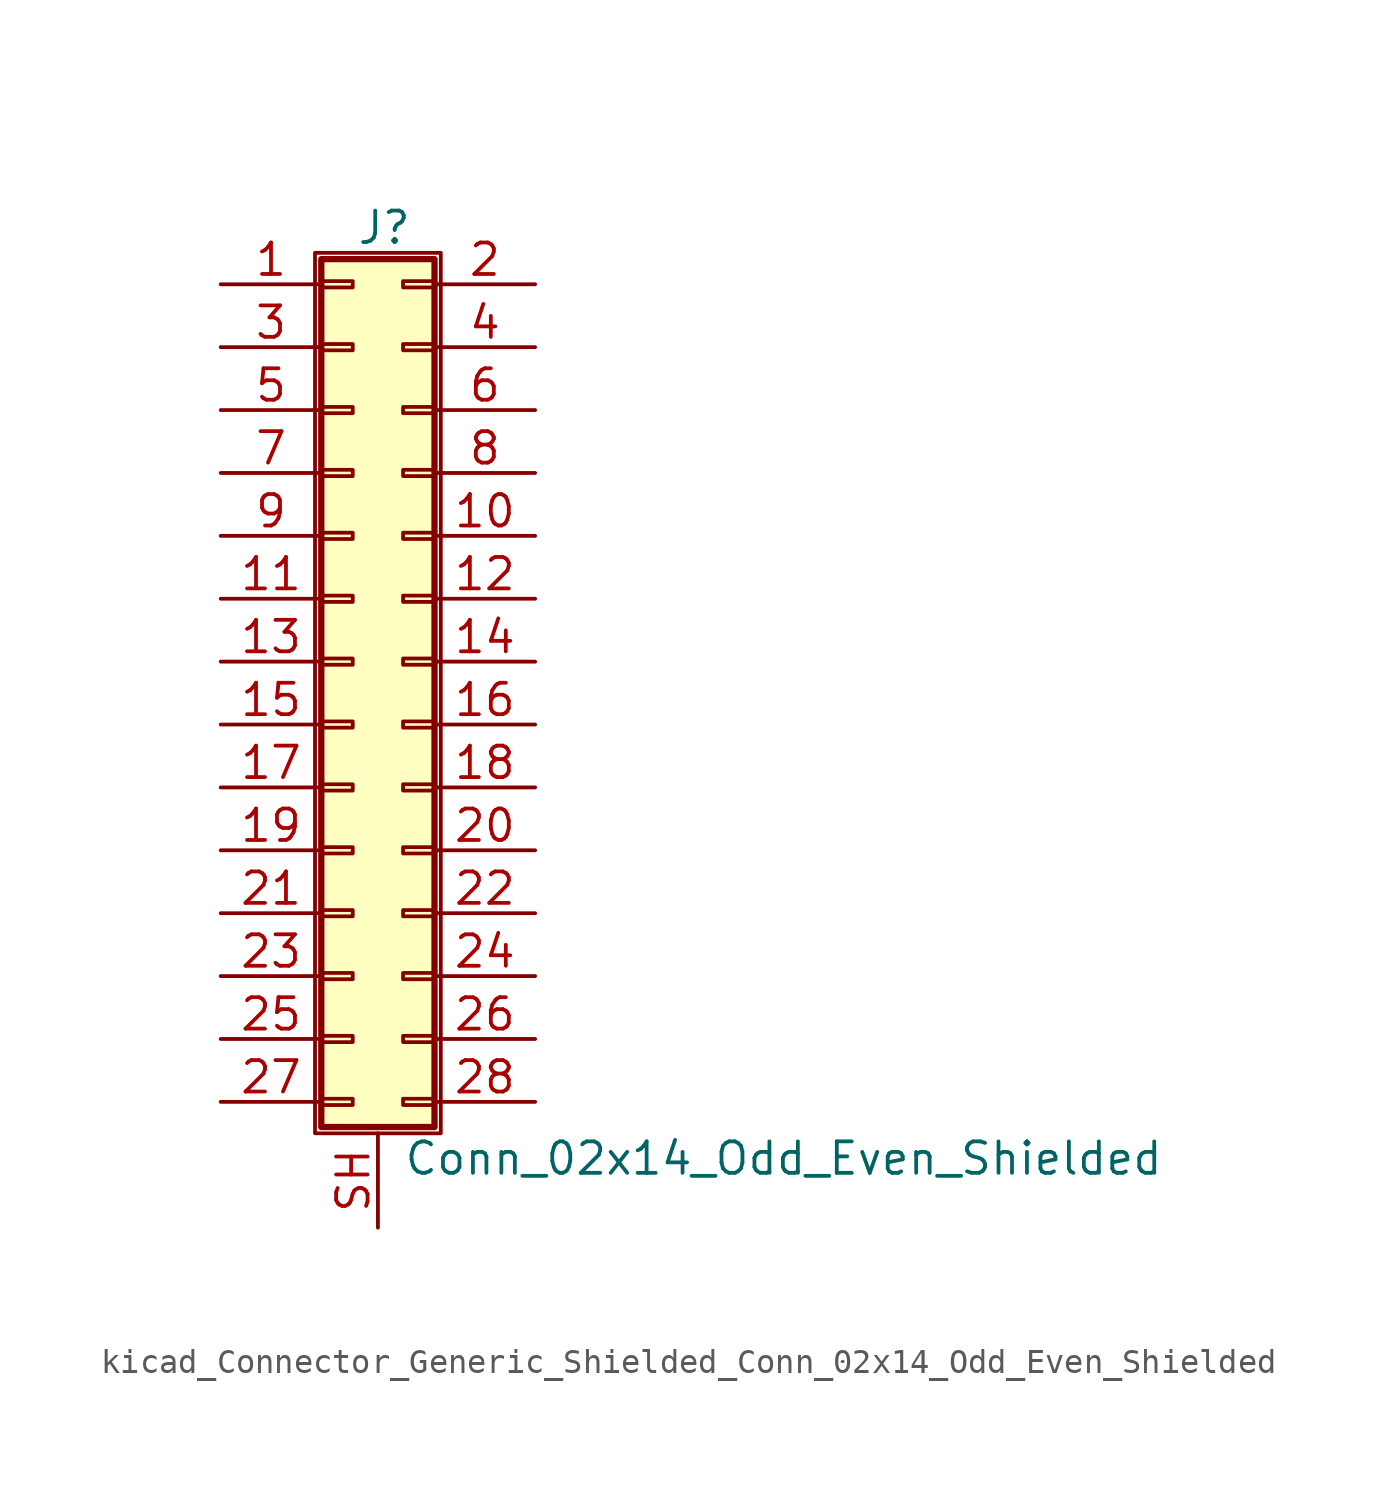
<source format=kicad_sym>
(kicad_symbol_lib
  (version 20220914)
  (generator kicad_symbol_editor)
  (symbol "kicad_Connector_Generic_Shielded_Conn_02x14_Odd_Even_Shielded"
    (pin_names
      (offset 1.016) hide)
    (property "Reference" "J"
      (at 1.524 17.526 0)
      (effects (font (size 1.27 1.27))))
    (property "Value" "Conn_02x14_Odd_Even_Shielded"
      (at 2.286 -20.066 0)
      (effects (font (size 1.27 1.27)) (justify left)))
    (symbol "kicad_Connector_Generic_Shielded_Conn_02x14_Odd_Even_Shielded_1_1"
      (rectangle (start -1.27 16.51) (end 3.81 -19.05) (stroke (width 0.152) (type default)) (fill (type none)))
      (rectangle (start -1.016 -17.653) (end 0.254 -17.907) (stroke (width 0.152) (type default)) (fill (type none)))
      (rectangle (start -1.016 -15.113) (end 0.254 -15.367) (stroke (width 0.152) (type default)) (fill (type none)))
      (rectangle (start -1.016 -12.573) (end 0.254 -12.827) (stroke (width 0.152) (type default)) (fill (type none)))
      (rectangle (start -1.016 -10.033) (end 0.254 -10.287) (stroke (width 0.152) (type default)) (fill (type none)))
      (rectangle (start -1.016 -7.493) (end 0.254 -7.747) (stroke (width 0.152) (type default)) (fill (type none)))
      (rectangle (start -1.016 -4.953) (end 0.254 -5.207) (stroke (width 0.152) (type default)) (fill (type none)))
      (rectangle (start -1.016 -2.413) (end 0.254 -2.667) (stroke (width 0.152) (type default)) (fill (type none)))
      (rectangle (start -1.016 0.127) (end 0.254 -0.127) (stroke (width 0.152) (type default)) (fill (type none)))
      (rectangle (start -1.016 2.667) (end 0.254 2.413) (stroke (width 0.152) (type default)) (fill (type none)))
      (rectangle (start -1.016 5.207) (end 0.254 4.953) (stroke (width 0.152) (type default)) (fill (type none)))
      (rectangle (start -1.016 7.747) (end 0.254 7.493) (stroke (width 0.152) (type default)) (fill (type none)))
      (rectangle (start -1.016 10.287) (end 0.254 10.033) (stroke (width 0.152) (type default)) (fill (type none)))
      (rectangle (start -1.016 12.827) (end 0.254 12.573) (stroke (width 0.152) (type default)) (fill (type none)))
      (rectangle (start -1.016 15.367) (end 0.254 15.113) (stroke (width 0.152) (type default)) (fill (type none)))
      (rectangle (start -1.016 16.256) (end 3.556 -18.796) (stroke (width 0.254) (type default)) (fill (type background)))
      (rectangle (start 3.556 -17.653) (end 2.286 -17.907) (stroke (width 0.152) (type default)) (fill (type none)))
      (rectangle (start 3.556 -15.113) (end 2.286 -15.367) (stroke (width 0.152) (type default)) (fill (type none)))
      (rectangle (start 3.556 -12.573) (end 2.286 -12.827) (stroke (width 0.152) (type default)) (fill (type none)))
      (rectangle (start 3.556 -10.033) (end 2.286 -10.287) (stroke (width 0.152) (type default)) (fill (type none)))
      (rectangle (start 3.556 -7.493) (end 2.286 -7.747) (stroke (width 0.152) (type default)) (fill (type none)))
      (rectangle (start 3.556 -4.953) (end 2.286 -5.207) (stroke (width 0.152) (type default)) (fill (type none)))
      (rectangle (start 3.556 -2.413) (end 2.286 -2.667) (stroke (width 0.152) (type default)) (fill (type none)))
      (rectangle (start 3.556 0.127) (end 2.286 -0.127) (stroke (width 0.152) (type default)) (fill (type none)))
      (rectangle (start 3.556 2.667) (end 2.286 2.413) (stroke (width 0.152) (type default)) (fill (type none)))
      (rectangle (start 3.556 5.207) (end 2.286 4.953) (stroke (width 0.152) (type default)) (fill (type none)))
      (rectangle (start 3.556 7.747) (end 2.286 7.493) (stroke (width 0.152) (type default)) (fill (type none)))
      (rectangle (start 3.556 10.287) (end 2.286 10.033) (stroke (width 0.152) (type default)) (fill (type none)))
      (rectangle (start 3.556 12.827) (end 2.286 12.573) (stroke (width 0.152) (type default)) (fill (type none)))
      (rectangle (start 3.556 15.367) (end 2.286 15.113) (stroke (width 0.152) (type default)) (fill (type none)))
      (pin passive line (at -5.08 15.24 0) (length 4.064) (name "Pin_1" (effects (font (size 1.27 1.27)))) (number "1" (effects (font (size 1.27 1.27)))))
      (pin passive line (at 7.62 5.08 180) (length 4.064) (name "Pin_10" (effects (font (size 1.27 1.27)))) (number "10" (effects (font (size 1.27 1.27)))))
      (pin passive line (at -5.08 2.54 0) (length 4.064) (name "Pin_11" (effects (font (size 1.27 1.27)))) (number "11" (effects (font (size 1.27 1.27)))))
      (pin passive line (at 7.62 2.54 180) (length 4.064) (name "Pin_12" (effects (font (size 1.27 1.27)))) (number "12" (effects (font (size 1.27 1.27)))))
      (pin passive line (at -5.08 0 0) (length 4.064) (name "Pin_13" (effects (font (size 1.27 1.27)))) (number "13" (effects (font (size 1.27 1.27)))))
      (pin passive line (at 7.62 0 180) (length 4.064) (name "Pin_14" (effects (font (size 1.27 1.27)))) (number "14" (effects (font (size 1.27 1.27)))))
      (pin passive line (at -5.08 -2.54 0) (length 4.064) (name "Pin_15" (effects (font (size 1.27 1.27)))) (number "15" (effects (font (size 1.27 1.27)))))
      (pin passive line (at 7.62 -2.54 180) (length 4.064) (name "Pin_16" (effects (font (size 1.27 1.27)))) (number "16" (effects (font (size 1.27 1.27)))))
      (pin passive line (at -5.08 -5.08 0) (length 4.064) (name "Pin_17" (effects (font (size 1.27 1.27)))) (number "17" (effects (font (size 1.27 1.27)))))
      (pin passive line (at 7.62 -5.08 180) (length 4.064) (name "Pin_18" (effects (font (size 1.27 1.27)))) (number "18" (effects (font (size 1.27 1.27)))))
      (pin passive line (at -5.08 -7.62 0) (length 4.064) (name "Pin_19" (effects (font (size 1.27 1.27)))) (number "19" (effects (font (size 1.27 1.27)))))
      (pin passive line (at 7.62 15.24 180) (length 4.064) (name "Pin_2" (effects (font (size 1.27 1.27)))) (number "2" (effects (font (size 1.27 1.27)))))
      (pin passive line (at 7.62 -7.62 180) (length 4.064) (name "Pin_20" (effects (font (size 1.27 1.27)))) (number "20" (effects (font (size 1.27 1.27)))))
      (pin passive line (at -5.08 -10.16 0) (length 4.064) (name "Pin_21" (effects (font (size 1.27 1.27)))) (number "21" (effects (font (size 1.27 1.27)))))
      (pin passive line (at 7.62 -10.16 180) (length 4.064) (name "Pin_22" (effects (font (size 1.27 1.27)))) (number "22" (effects (font (size 1.27 1.27)))))
      (pin passive line (at -5.08 -12.7 0) (length 4.064) (name "Pin_23" (effects (font (size 1.27 1.27)))) (number "23" (effects (font (size 1.27 1.27)))))
      (pin passive line (at 7.62 -12.7 180) (length 4.064) (name "Pin_24" (effects (font (size 1.27 1.27)))) (number "24" (effects (font (size 1.27 1.27)))))
      (pin passive line (at -5.08 -15.24 0) (length 4.064) (name "Pin_25" (effects (font (size 1.27 1.27)))) (number "25" (effects (font (size 1.27 1.27)))))
      (pin passive line (at 7.62 -15.24 180) (length 4.064) (name "Pin_26" (effects (font (size 1.27 1.27)))) (number "26" (effects (font (size 1.27 1.27)))))
      (pin passive line (at -5.08 -17.78 0) (length 4.064) (name "Pin_27" (effects (font (size 1.27 1.27)))) (number "27" (effects (font (size 1.27 1.27)))))
      (pin passive line (at 7.62 -17.78 180) (length 4.064) (name "Pin_28" (effects (font (size 1.27 1.27)))) (number "28" (effects (font (size 1.27 1.27)))))
      (pin passive line (at -5.08 12.7 0) (length 4.064) (name "Pin_3" (effects (font (size 1.27 1.27)))) (number "3" (effects (font (size 1.27 1.27)))))
      (pin passive line (at 7.62 12.7 180) (length 4.064) (name "Pin_4" (effects (font (size 1.27 1.27)))) (number "4" (effects (font (size 1.27 1.27)))))
      (pin passive line (at -5.08 10.16 0) (length 4.064) (name "Pin_5" (effects (font (size 1.27 1.27)))) (number "5" (effects (font (size 1.27 1.27)))))
      (pin passive line (at 7.62 10.16 180) (length 4.064) (name "Pin_6" (effects (font (size 1.27 1.27)))) (number "6" (effects (font (size 1.27 1.27)))))
      (pin passive line (at -5.08 7.62 0) (length 4.064) (name "Pin_7" (effects (font (size 1.27 1.27)))) (number "7" (effects (font (size 1.27 1.27)))))
      (pin passive line (at 7.62 7.62 180) (length 4.064) (name "Pin_8" (effects (font (size 1.27 1.27)))) (number "8" (effects (font (size 1.27 1.27)))))
      (pin passive line (at -5.08 5.08 0) (length 4.064) (name "Pin_9" (effects (font (size 1.27 1.27)))) (number "9" (effects (font (size 1.27 1.27)))))
      (pin passive line (at 1.27 -22.86 90) (length 3.81) (name "Shield" (effects (font (size 1.27 1.27)))) (number "SH" (effects (font (size 1.27 1.27))))))))
</source>
